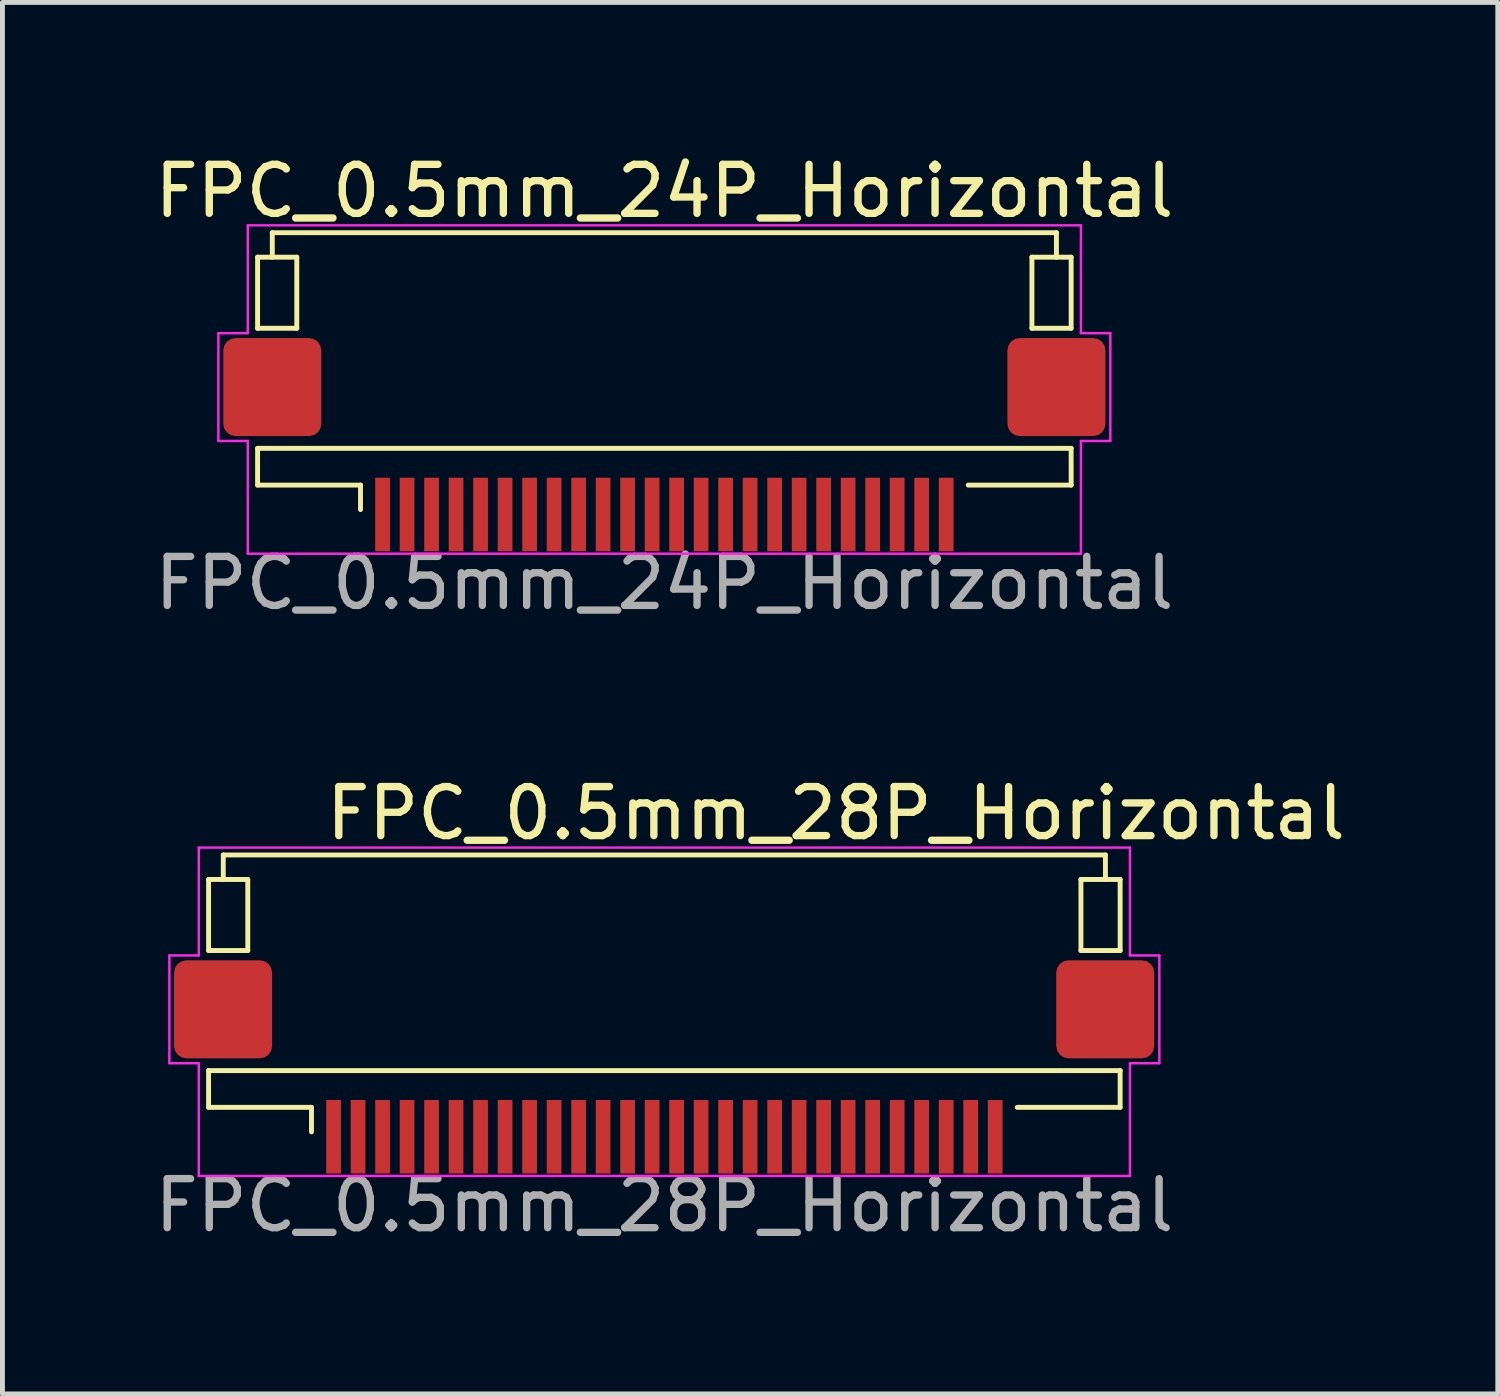
<source format=kicad_pcb>
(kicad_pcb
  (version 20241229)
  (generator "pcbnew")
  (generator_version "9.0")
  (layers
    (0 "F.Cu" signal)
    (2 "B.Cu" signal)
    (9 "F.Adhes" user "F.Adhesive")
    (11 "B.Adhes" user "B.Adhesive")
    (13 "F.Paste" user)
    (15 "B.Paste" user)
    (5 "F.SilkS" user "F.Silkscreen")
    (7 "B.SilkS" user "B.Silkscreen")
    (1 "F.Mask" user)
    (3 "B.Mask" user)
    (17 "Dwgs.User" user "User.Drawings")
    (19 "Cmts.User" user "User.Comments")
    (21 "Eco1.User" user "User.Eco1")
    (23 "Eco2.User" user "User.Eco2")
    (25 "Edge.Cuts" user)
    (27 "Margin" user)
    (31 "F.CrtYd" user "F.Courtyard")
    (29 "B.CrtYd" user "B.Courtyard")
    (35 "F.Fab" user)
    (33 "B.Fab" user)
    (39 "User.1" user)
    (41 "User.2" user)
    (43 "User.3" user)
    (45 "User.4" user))
  (footprint "FPC_0.5mm_24P_Horizontal"
    (layer "F.Cu")
    (at 10.506 6.848)
    (property "Reference" "FPC_0.5mm_24P_Horizontal" (at 0 -6 0) (layer "F.SilkS") (effects (font (size 1 1) (thickness 0.15))))
    (attr smd)
    (fp_line (start -8.3 -4.65) (end -7.5 -4.65) (stroke (width 0.1) (type default)) (layer "F.SilkS"))
    (fp_line (start -8.3 -3.2) (end -8.3 -4.65) (stroke (width 0.1) (type solid)) (layer "F.SilkS"))
    (fp_line (start -8.3 -3.2) (end -7.5 -3.2) (stroke (width 0.1) (type default)) (layer "F.SilkS"))
    (fp_line (start -8.3 -0.75) (end 8.3 -0.75) (stroke (width 0.1) (type default)) (layer "F.SilkS"))
    (fp_line (start -8.3 0) (end -8.3 -0.75) (stroke (width 0.1) (type solid)) (layer "F.SilkS"))
    (fp_line (start -8 -5.15) (end -8 -4.65) (stroke (width 0.1) (type default)) (layer "F.SilkS"))
    (fp_line (start -7.5 -4.65) (end -7.5 -3.2) (stroke (width 0.1) (type default)) (layer "F.SilkS"))
    (fp_line (start -6.2 0) (end -8.3 0) (stroke (width 0.1) (type solid)) (layer "F.SilkS"))
    (fp_line (start -6.2 0) (end -6.2 0.5) (stroke (width 0.1) (type solid)) (layer "F.SilkS"))
    (fp_line (start 6.2 0) (end 8.3 0.000003) (stroke (width 0.1) (type solid)) (layer "F.SilkS"))
    (fp_line (start 7.5 -4.65) (end 8.3 -4.65) (stroke (width 0.1) (type default)) (layer "F.SilkS"))
    (fp_line (start 7.5 -3.2) (end 7.5 -4.65) (stroke (width 0.1) (type default)) (layer "F.SilkS"))
    (fp_line (start 7.5 -3.2) (end 8.3 -3.2) (stroke (width 0.1) (type default)) (layer "F.SilkS"))
    (fp_line (start 8 -5.15) (end -8 -5.15) (stroke (width 0.1) (type solid)) (layer "F.SilkS"))
    (fp_line (start 8 -5.15) (end 8 -4.65) (stroke (width 0.1) (type default)) (layer "F.SilkS"))
    (fp_line (start 8.3 -3.2) (end 8.3 -4.65) (stroke (width 0.1) (type solid)) (layer "F.SilkS"))
    (fp_line (start 8.3 0.000003) (end 8.3 -0.75) (stroke (width 0.1) (type solid)) (layer "F.SilkS"))
    (fp_line (start -9.1 -3.1) (end -9.1 -0.9) (stroke (width 0.05) (type default)) (layer "F.CrtYd"))
    (fp_line (start -9.1 -0.9) (end -8.5 -0.9) (stroke (width 0.05) (type default)) (layer "F.CrtYd"))
    (fp_line (start -8.5 -5.3) (end -8.5 -3.1) (stroke (width 0.05) (type default)) (layer "F.CrtYd"))
    (fp_line (start -8.5 -3.1) (end -9.1 -3.1) (stroke (width 0.05) (type default)) (layer "F.CrtYd"))
    (fp_line (start -8.5 -0.9) (end -8.5 1.4) (stroke (width 0.05) (type default)) (layer "F.CrtYd"))
    (fp_line (start -8.5 1.4) (end 8.5 1.4) (stroke (width 0.05) (type solid)) (layer "F.CrtYd"))
    (fp_line (start 8.5 -5.3) (end -8.5 -5.3) (stroke (width 0.05) (type solid)) (layer "F.CrtYd"))
    (fp_line (start 8.5 -5.3) (end 8.5 -3.1) (stroke (width 0.05) (type default)) (layer "F.CrtYd"))
    (fp_line (start 8.5 -3.1) (end 9.1 -3.1) (stroke (width 0.05) (type default)) (layer "F.CrtYd"))
    (fp_line (start 8.5 -0.9) (end 8.5 1.4) (stroke (width 0.05) (type default)) (layer "F.CrtYd"))
    (fp_line (start 9.1 -3.1) (end 9.1 -0.9) (stroke (width 0.05) (type default)) (layer "F.CrtYd"))
    (fp_line (start 9.1 -0.9) (end 8.5 -0.9) (stroke (width 0.05) (type default)) (layer "F.CrtYd"))
    (fp_text user "${REFERENCE}" (at 0 2 180) (layer "F.Fab") (effects (font (size 1 1) (thickness 0.15))))
    (pad "1" smd rect (at -5.75 0.6 180) (size 0.3 1.5) (layers "F.Cu" "F.Mask" "F.Paste"))
    (pad "2" smd rect (at -5.25 0.6 180) (size 0.3 1.5) (layers "F.Cu" "F.Mask" "F.Paste"))
    (pad "3" smd rect (at -4.75 0.6 180) (size 0.3 1.5) (layers "F.Cu" "F.Mask" "F.Paste"))
    (pad "4" smd rect (at -4.25 0.6 180) (size 0.3 1.5) (layers "F.Cu" "F.Mask" "F.Paste"))
    (pad "5" smd rect (at -3.75 0.6 180) (size 0.3 1.5) (layers "F.Cu" "F.Mask" "F.Paste"))
    (pad "6" smd rect (at -3.25 0.6 180) (size 0.3 1.5) (layers "F.Cu" "F.Mask" "F.Paste"))
    (pad "7" smd rect (at -2.75 0.6 180) (size 0.3 1.5) (layers "F.Cu" "F.Mask" "F.Paste"))
    (pad "8" smd rect (at -2.25 0.6 180) (size 0.3 1.5) (layers "F.Cu" "F.Mask" "F.Paste"))
    (pad "9" smd rect (at -1.75 0.6 180) (size 0.3 1.5) (layers "F.Cu" "F.Mask" "F.Paste"))
    (pad "10" smd rect (at -1.25 0.6 180) (size 0.3 1.5) (layers "F.Cu" "F.Mask" "F.Paste"))
    (pad "11" smd rect (at -0.75 0.6 180) (size 0.3 1.5) (layers "F.Cu" "F.Mask" "F.Paste"))
    (pad "12" smd rect (at -0.25 0.6 180) (size 0.3 1.5) (layers "F.Cu" "F.Mask" "F.Paste"))
    (pad "13" smd rect (at 0.25 0.6 180) (size 0.3 1.5) (layers "F.Cu" "F.Mask" "F.Paste"))
    (pad "14" smd rect (at 0.75 0.6 180) (size 0.3 1.5) (layers "F.Cu" "F.Mask" "F.Paste"))
    (pad "15" smd rect (at 1.25 0.6 180) (size 0.3 1.5) (layers "F.Cu" "F.Mask" "F.Paste"))
    (pad "16" smd rect (at 1.75 0.6 180) (size 0.3 1.5) (layers "F.Cu" "F.Mask" "F.Paste"))
    (pad "17" smd rect (at 2.25 0.6 180) (size 0.3 1.5) (layers "F.Cu" "F.Mask" "F.Paste"))
    (pad "18" smd rect (at 2.75 0.6 180) (size 0.3 1.5) (layers "F.Cu" "F.Mask" "F.Paste"))
    (pad "19" smd rect (at 3.25 0.6 180) (size 0.3 1.5) (layers "F.Cu" "F.Mask" "F.Paste"))
    (pad "20" smd rect (at 3.75 0.6 180) (size 0.3 1.5) (layers "F.Cu" "F.Mask" "F.Paste"))
    (pad "21" smd rect (at 4.25 0.6 180) (size 0.3 1.5) (layers "F.Cu" "F.Mask" "F.Paste"))
    (pad "22" smd rect (at 4.75 0.6 180) (size 0.3 1.5) (layers "F.Cu" "F.Mask" "F.Paste"))
    (pad "23" smd rect (at 5.25 0.6 180) (size 0.3 1.5) (layers "F.Cu" "F.Mask" "F.Paste"))
    (pad "24" smd rect (at 5.75 0.6 180) (size 0.3 1.5) (layers "F.Cu" "F.Mask" "F.Paste"))
    (pad "MP" smd roundrect (at -8 -2 270) (size 2 2) (layers "F.Cu" "F.Mask" "F.Paste") (roundrect_rratio 0.125))
    (pad "MP" smd roundrect (at 8 -2 180) (size 2 2) (layers "F.Cu" "F.Mask" "F.Paste") (roundrect_rratio 0.125)))
  (footprint "FPC_0.5mm_28P_Horizontal"
    (layer "F.Cu")
    (at 10.506 19.545)
    (property "Reference" "FPC_0.5mm_28P_Horizontal" (at 3.5 -6 0) (layer "F.SilkS") (effects (font (size 1 1) (thickness 0.15))))
    (attr smd)
    (fp_line (start -9.3 -4.65) (end -8.5 -4.65) (stroke (width 0.1) (type default)) (layer "F.SilkS"))
    (fp_line (start -9.3 -3.2) (end -9.3 -4.65) (stroke (width 0.1) (type solid)) (layer "F.SilkS"))
    (fp_line (start -9.3 -3.2) (end -8.5 -3.2) (stroke (width 0.1) (type default)) (layer "F.SilkS"))
    (fp_line (start -9.3 -0.75) (end 9.3 -0.75) (stroke (width 0.1) (type default)) (layer "F.SilkS"))
    (fp_line (start -9.3 0) (end -9.3 -0.75) (stroke (width 0.1) (type solid)) (layer "F.SilkS"))
    (fp_line (start -9 -5.15) (end -9 -4.65) (stroke (width 0.1) (type default)) (layer "F.SilkS"))
    (fp_line (start -8.5 -4.65) (end -8.5 -3.2) (stroke (width 0.1) (type default)) (layer "F.SilkS"))
    (fp_line (start -7.2 0) (end -9.3 0) (stroke (width 0.1) (type solid)) (layer "F.SilkS"))
    (fp_line (start -7.2 0) (end -7.2 0.5) (stroke (width 0.1) (type solid)) (layer "F.SilkS"))
    (fp_line (start 7.2 0) (end 9.3 0.000003) (stroke (width 0.1) (type solid)) (layer "F.SilkS"))
    (fp_line (start 8.5 -4.65) (end 9.3 -4.65) (stroke (width 0.1) (type default)) (layer "F.SilkS"))
    (fp_line (start 8.5 -3.2) (end 8.5 -4.65) (stroke (width 0.1) (type default)) (layer "F.SilkS"))
    (fp_line (start 8.5 -3.2) (end 9.3 -3.2) (stroke (width 0.1) (type default)) (layer "F.SilkS"))
    (fp_line (start 9 -5.15) (end -9 -5.15) (stroke (width 0.1) (type solid)) (layer "F.SilkS"))
    (fp_line (start 9 -5.15) (end 9 -4.65) (stroke (width 0.1) (type default)) (layer "F.SilkS"))
    (fp_line (start 9.3 -3.2) (end 9.3 -4.65) (stroke (width 0.1) (type solid)) (layer "F.SilkS"))
    (fp_line (start 9.3 0.000003) (end 9.3 -0.75) (stroke (width 0.1) (type solid)) (layer "F.SilkS"))
    (fp_line (start -10.1 -3.1) (end -10.1 -0.9) (stroke (width 0.05) (type default)) (layer "F.CrtYd"))
    (fp_line (start -10.1 -0.9) (end -9.5 -0.9) (stroke (width 0.05) (type default)) (layer "F.CrtYd"))
    (fp_line (start -9.5 -5.3) (end -9.5 -3.1) (stroke (width 0.05) (type default)) (layer "F.CrtYd"))
    (fp_line (start -9.5 -3.1) (end -10.1 -3.1) (stroke (width 0.05) (type default)) (layer "F.CrtYd"))
    (fp_line (start -9.5 -0.9) (end -9.5 1.4) (stroke (width 0.05) (type default)) (layer "F.CrtYd"))
    (fp_line (start -9.5 1.4) (end 9.5 1.4) (stroke (width 0.05) (type solid)) (layer "F.CrtYd"))
    (fp_line (start 9.5 -5.3) (end -9.5 -5.3) (stroke (width 0.05) (type solid)) (layer "F.CrtYd"))
    (fp_line (start 9.5 -5.3) (end 9.5 -3.1) (stroke (width 0.05) (type default)) (layer "F.CrtYd"))
    (fp_line (start 9.5 -3.1) (end 10.1 -3.1) (stroke (width 0.05) (type default)) (layer "F.CrtYd"))
    (fp_line (start 9.5 -0.9) (end 9.5 1.4) (stroke (width 0.05) (type default)) (layer "F.CrtYd"))
    (fp_line (start 10.1 -3.1) (end 10.1 -0.9) (stroke (width 0.05) (type default)) (layer "F.CrtYd"))
    (fp_line (start 10.1 -0.9) (end 9.5 -0.9) (stroke (width 0.05) (type default)) (layer "F.CrtYd"))
    (fp_text user "${REFERENCE}" (at 0 2 180) (layer "F.Fab") (effects (font (size 1 1) (thickness 0.15))))
    (pad "1" smd rect (at -6.75 0.6 180) (size 0.3 1.5) (layers "F.Cu" "F.Mask" "F.Paste"))
    (pad "2" smd rect (at -6.25 0.6 180) (size 0.3 1.5) (layers "F.Cu" "F.Mask" "F.Paste"))
    (pad "3" smd rect (at -5.75 0.6 180) (size 0.3 1.5) (layers "F.Cu" "F.Mask" "F.Paste"))
    (pad "4" smd rect (at -5.25 0.6 180) (size 0.3 1.5) (layers "F.Cu" "F.Mask" "F.Paste"))
    (pad "5" smd rect (at -4.75 0.6 180) (size 0.3 1.5) (layers "F.Cu" "F.Mask" "F.Paste"))
    (pad "6" smd rect (at -4.25 0.6 180) (size 0.3 1.5) (layers "F.Cu" "F.Mask" "F.Paste"))
    (pad "7" smd rect (at -3.75 0.6 180) (size 0.3 1.5) (layers "F.Cu" "F.Mask" "F.Paste"))
    (pad "8" smd rect (at -3.25 0.6 180) (size 0.3 1.5) (layers "F.Cu" "F.Mask" "F.Paste"))
    (pad "9" smd rect (at -2.75 0.6 180) (size 0.3 1.5) (layers "F.Cu" "F.Mask" "F.Paste"))
    (pad "10" smd rect (at -2.25 0.6 180) (size 0.3 1.5) (layers "F.Cu" "F.Mask" "F.Paste"))
    (pad "11" smd rect (at -1.75 0.6 180) (size 0.3 1.5) (layers "F.Cu" "F.Mask" "F.Paste"))
    (pad "12" smd rect (at -1.25 0.6 180) (size 0.3 1.5) (layers "F.Cu" "F.Mask" "F.Paste"))
    (pad "13" smd rect (at -0.75 0.6 180) (size 0.3 1.5) (layers "F.Cu" "F.Mask" "F.Paste"))
    (pad "14" smd rect (at -0.25 0.6 180) (size 0.3 1.5) (layers "F.Cu" "F.Mask" "F.Paste"))
    (pad "15" smd rect (at 0.25 0.6 180) (size 0.3 1.5) (layers "F.Cu" "F.Mask" "F.Paste"))
    (pad "16" smd rect (at 0.75 0.6 180) (size 0.3 1.5) (layers "F.Cu" "F.Mask" "F.Paste"))
    (pad "17" smd rect (at 1.25 0.6 180) (size 0.3 1.5) (layers "F.Cu" "F.Mask" "F.Paste"))
    (pad "18" smd rect (at 1.75 0.6 180) (size 0.3 1.5) (layers "F.Cu" "F.Mask" "F.Paste"))
    (pad "19" smd rect (at 2.25 0.6 180) (size 0.3 1.5) (layers "F.Cu" "F.Mask" "F.Paste"))
    (pad "20" smd rect (at 2.75 0.6 180) (size 0.3 1.5) (layers "F.Cu" "F.Mask" "F.Paste"))
    (pad "21" smd rect (at 3.25 0.6 180) (size 0.3 1.5) (layers "F.Cu" "F.Mask" "F.Paste"))
    (pad "22" smd rect (at 3.75 0.6 180) (size 0.3 1.5) (layers "F.Cu" "F.Mask" "F.Paste"))
    (pad "23" smd rect (at 4.25 0.6 180) (size 0.3 1.5) (layers "F.Cu" "F.Mask" "F.Paste"))
    (pad "24" smd rect (at 4.75 0.6 180) (size 0.3 1.5) (layers "F.Cu" "F.Mask" "F.Paste"))
    (pad "25" smd rect (at 5.25 0.6 180) (size 0.3 1.5) (layers "F.Cu" "F.Mask" "F.Paste"))
    (pad "26" smd rect (at 5.75 0.6 180) (size 0.3 1.5) (layers "F.Cu" "F.Mask" "F.Paste"))
    (pad "27" smd rect (at 6.25 0.6 180) (size 0.3 1.5) (layers "F.Cu" "F.Mask" "F.Paste"))
    (pad "28" smd rect (at 6.75 0.6 180) (size 0.3 1.5) (layers "F.Cu" "F.Mask" "F.Paste"))
    (pad "MP" smd roundrect (at -9.004 -2 270) (size 2 2) (layers "F.Cu" "F.Mask" "F.Paste") (roundrect_rratio 0.125))
    (pad "MP" smd roundrect (at 8.996 -2 180) (size 2 2) (layers "F.Cu" "F.Mask" "F.Paste") (roundrect_rratio 0.125)))
  (gr_rect
    (start -3 -3)
    (end 27.512 25.393)
    (stroke (width 0.1) (type default))
    (fill no)
    (layer "Edge.Cuts")))
</source>
